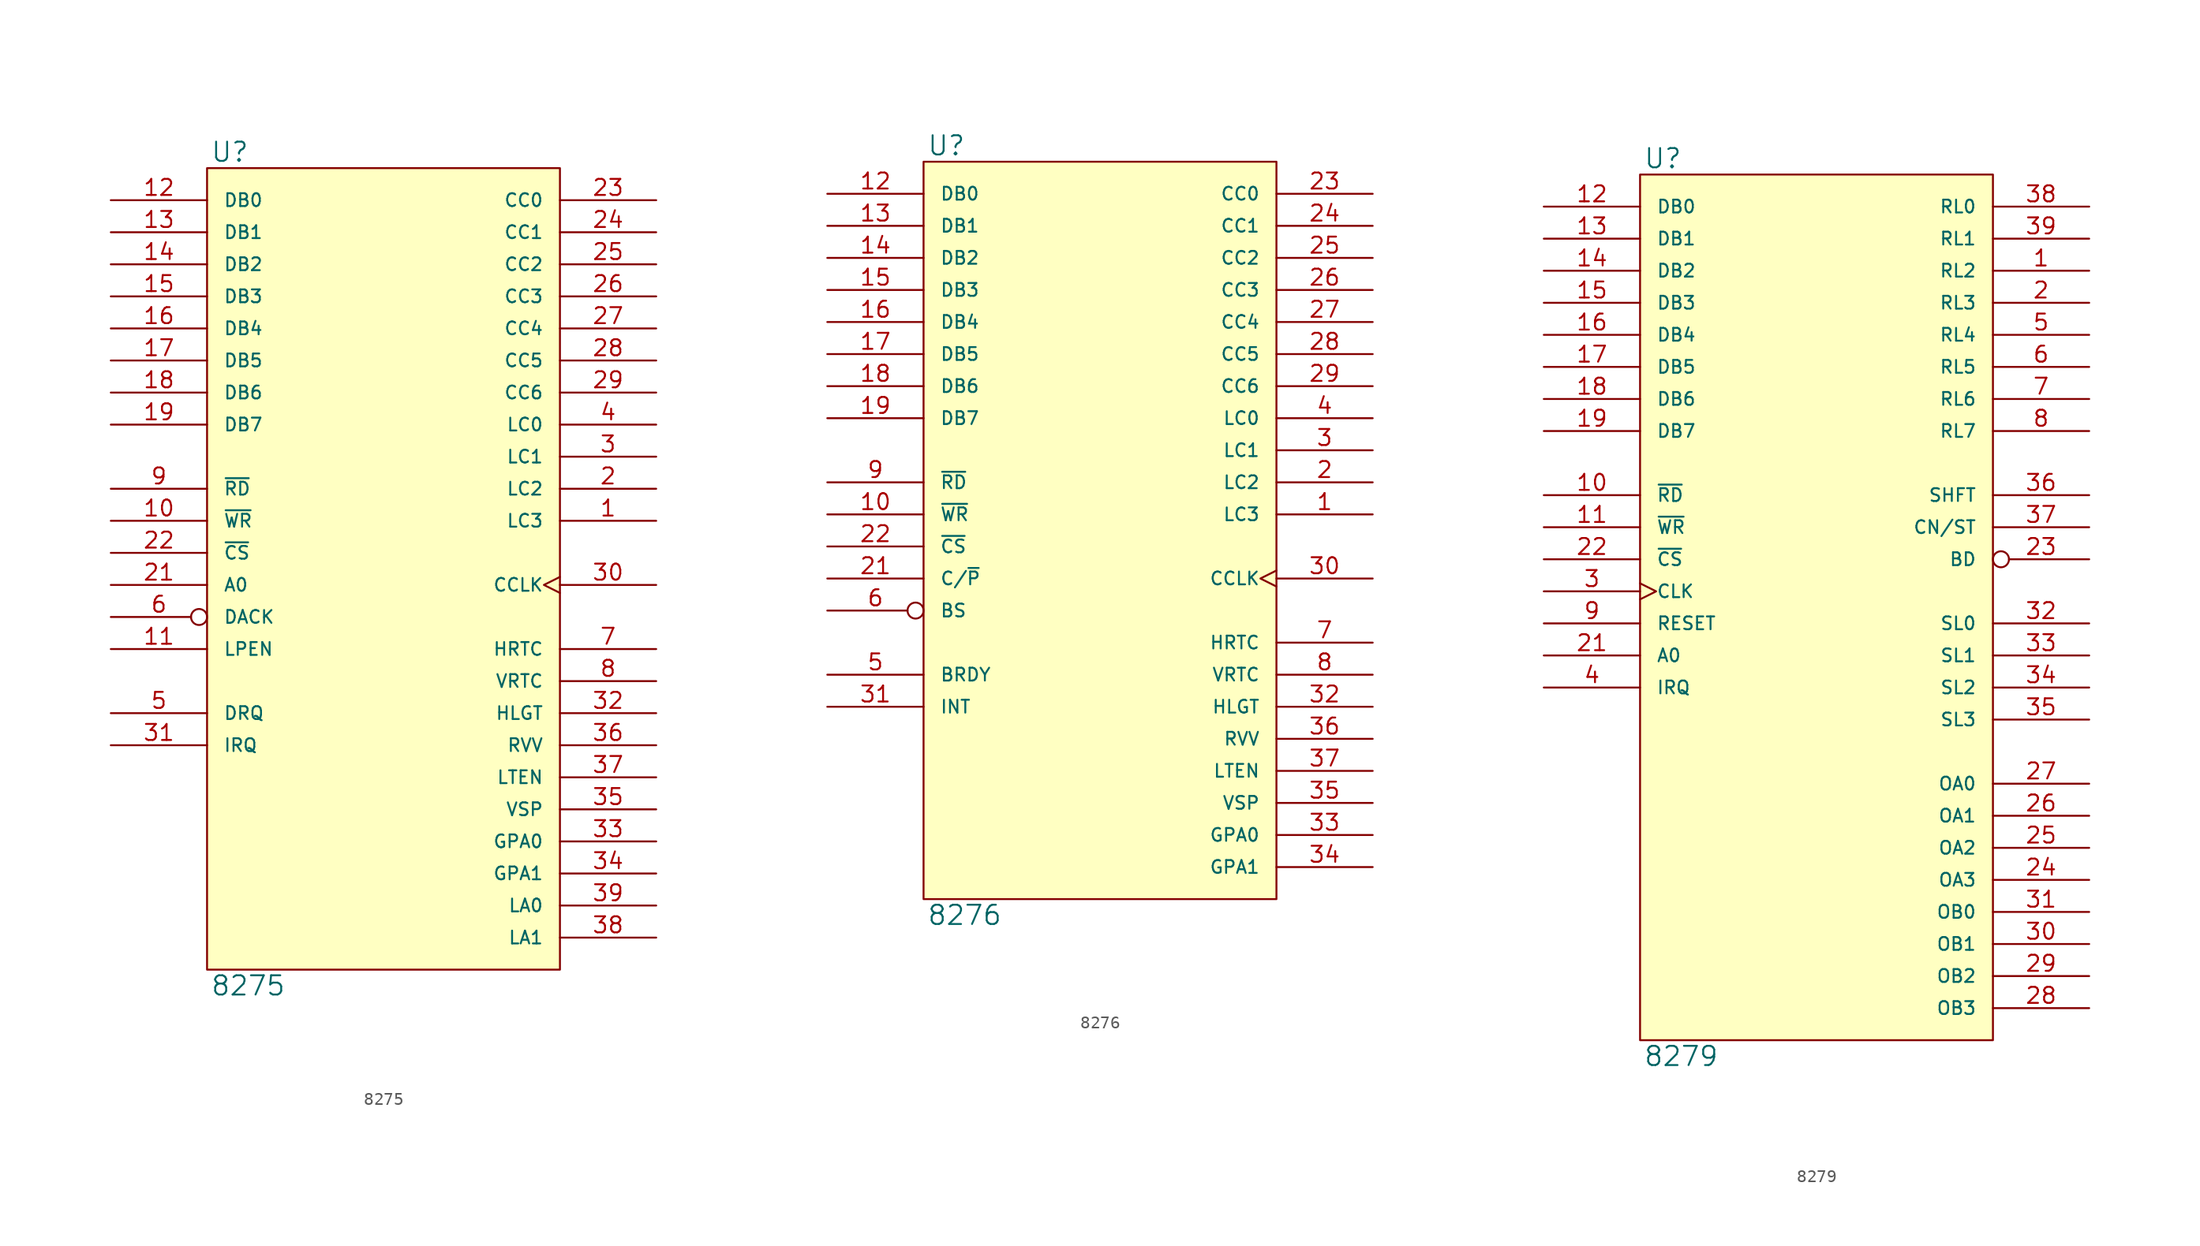
<source format=kicad_sym>
(kicad_symbol_lib
  (version 20231120)
  (generator "kicad_symbol_editor")
  (generator_version "8.0")
  (symbol "8275"
    (pin_names
      (offset 1.27))
    (property "Reference" "U"
      (at 0.254 0.381 0)
      (effects (font (size 1.524 1.524)) (justify left bottom)))
    (property "Value" "8275"
      (at 0.254 -63.881 0)
      (effects (font (size 1.524 1.524)) (justify left top)))
    (symbol "8275_0_1"
      (rectangle (start 0 0) (end 27.94 -63.5) (stroke (width 0) (type solid)) (fill (type background))))
    (symbol "8275_1_1"
      (pin output line (at 35.56 -27.94 180) (length 7.62) (name "LC3" (effects (font (size 1.016 1.016)))) (number "1" (effects (font (size 1.27 1.27)))))
      (pin input line (at -7.62 -27.94 0) (length 7.62) (name "~{WR}" (effects (font (size 1.016 1.016)))) (number "10" (effects (font (size 1.27 1.27)))))
      (pin input line (at -7.62 -38.1 0) (length 7.62) (name "LPEN" (effects (font (size 1.016 1.016)))) (number "11" (effects (font (size 1.27 1.27)))))
      (pin bidirectional line (at -7.62 -2.54 0) (length 7.62) (name "DB0" (effects (font (size 1.016 1.016)))) (number "12" (effects (font (size 1.27 1.27)))))
      (pin bidirectional line (at -7.62 -5.08 0) (length 7.62) (name "DB1" (effects (font (size 1.016 1.016)))) (number "13" (effects (font (size 1.27 1.27)))))
      (pin bidirectional line (at -7.62 -7.62 0) (length 7.62) (name "DB2" (effects (font (size 1.016 1.016)))) (number "14" (effects (font (size 1.27 1.27)))))
      (pin bidirectional line (at -7.62 -10.16 0) (length 7.62) (name "DB3" (effects (font (size 1.016 1.016)))) (number "15" (effects (font (size 1.27 1.27)))))
      (pin bidirectional line (at -7.62 -12.7 0) (length 7.62) (name "DB4" (effects (font (size 1.016 1.016)))) (number "16" (effects (font (size 1.27 1.27)))))
      (pin bidirectional line (at -7.62 -15.24 0) (length 7.62) (name "DB5" (effects (font (size 1.016 1.016)))) (number "17" (effects (font (size 1.27 1.27)))))
      (pin bidirectional line (at -7.62 -17.78 0) (length 7.62) (name "DB6" (effects (font (size 1.016 1.016)))) (number "18" (effects (font (size 1.27 1.27)))))
      (pin bidirectional line (at -7.62 -20.32 0) (length 7.62) (name "DB7" (effects (font (size 1.016 1.016)))) (number "19" (effects (font (size 1.27 1.27)))))
      (pin output line (at 35.56 -25.4 180) (length 7.62) (name "LC2" (effects (font (size 1.016 1.016)))) (number "2" (effects (font (size 1.27 1.27)))))
      (pin power_in line (at 0 -63.5 90) (length 0) hide (name "GND" (effects (font (size 1.016 1.016)))) (number "20" (effects (font (size 1.27 1.27)))))
      (pin input line (at -7.62 -33.02 0) (length 7.62) (name "A0" (effects (font (size 1.016 1.016)))) (number "21" (effects (font (size 1.27 1.27)))))
      (pin input line (at -7.62 -30.48 0) (length 7.62) (name "~{CS}" (effects (font (size 1.016 1.016)))) (number "22" (effects (font (size 1.27 1.27)))))
      (pin output line (at 35.56 -2.54 180) (length 7.62) (name "CC0" (effects (font (size 1.016 1.016)))) (number "23" (effects (font (size 1.27 1.27)))))
      (pin output line (at 35.56 -5.08 180) (length 7.62) (name "CC1" (effects (font (size 1.016 1.016)))) (number "24" (effects (font (size 1.27 1.27)))))
      (pin output line (at 35.56 -7.62 180) (length 7.62) (name "CC2" (effects (font (size 1.016 1.016)))) (number "25" (effects (font (size 1.27 1.27)))))
      (pin output line (at 35.56 -10.16 180) (length 7.62) (name "CC3" (effects (font (size 1.016 1.016)))) (number "26" (effects (font (size 1.27 1.27)))))
      (pin output line (at 35.56 -12.7 180) (length 7.62) (name "CC4" (effects (font (size 1.016 1.016)))) (number "27" (effects (font (size 1.27 1.27)))))
      (pin output line (at 35.56 -15.24 180) (length 7.62) (name "CC5" (effects (font (size 1.016 1.016)))) (number "28" (effects (font (size 1.27 1.27)))))
      (pin output line (at 35.56 -17.78 180) (length 7.62) (name "CC6" (effects (font (size 1.016 1.016)))) (number "29" (effects (font (size 1.27 1.27)))))
      (pin output line (at 35.56 -22.86 180) (length 7.62) (name "LC1" (effects (font (size 1.016 1.016)))) (number "3" (effects (font (size 1.27 1.27)))))
      (pin input clock (at 35.56 -33.02 180) (length 7.62) (name "CCLK" (effects (font (size 1.016 1.016)))) (number "30" (effects (font (size 1.27 1.27)))))
      (pin output line (at -7.62 -45.72 0) (length 7.62) (name "IRQ" (effects (font (size 1.016 1.016)))) (number "31" (effects (font (size 1.27 1.27)))))
      (pin output line (at 35.56 -43.18 180) (length 7.62) (name "HLGT" (effects (font (size 1.016 1.016)))) (number "32" (effects (font (size 1.27 1.27)))))
      (pin output line (at 35.56 -53.34 180) (length 7.62) (name "GPA0" (effects (font (size 1.016 1.016)))) (number "33" (effects (font (size 1.27 1.27)))))
      (pin output line (at 35.56 -55.88 180) (length 7.62) (name "GPA1" (effects (font (size 1.016 1.016)))) (number "34" (effects (font (size 1.27 1.27)))))
      (pin output line (at 35.56 -50.8 180) (length 7.62) (name "VSP" (effects (font (size 1.016 1.016)))) (number "35" (effects (font (size 1.27 1.27)))))
      (pin output line (at 35.56 -45.72 180) (length 7.62) (name "RVV" (effects (font (size 1.016 1.016)))) (number "36" (effects (font (size 1.27 1.27)))))
      (pin output line (at 35.56 -48.26 180) (length 7.62) (name "LTEN" (effects (font (size 1.016 1.016)))) (number "37" (effects (font (size 1.27 1.27)))))
      (pin output line (at 35.56 -60.96 180) (length 7.62) (name "LA1" (effects (font (size 1.016 1.016)))) (number "38" (effects (font (size 1.27 1.27)))))
      (pin output line (at 35.56 -58.42 180) (length 7.62) (name "LA0" (effects (font (size 1.016 1.016)))) (number "39" (effects (font (size 1.27 1.27)))))
      (pin output line (at 35.56 -20.32 180) (length 7.62) (name "LC0" (effects (font (size 1.016 1.016)))) (number "4" (effects (font (size 1.27 1.27)))))
      (pin power_in line (at 0 0 270) (length 0) hide (name "VCC" (effects (font (size 1.016 1.016)))) (number "40" (effects (font (size 1.27 1.27)))))
      (pin output line (at -7.62 -43.18 0) (length 7.62) (name "DRQ" (effects (font (size 1.016 1.016)))) (number "5" (effects (font (size 1.27 1.27)))))
      (pin input inverted (at -7.62 -35.56 0) (length 7.62) (name "DACK" (effects (font (size 1.016 1.016)))) (number "6" (effects (font (size 1.27 1.27)))))
      (pin output line (at 35.56 -38.1 180) (length 7.62) (name "HRTC" (effects (font (size 1.016 1.016)))) (number "7" (effects (font (size 1.27 1.27)))))
      (pin output line (at 35.56 -40.64 180) (length 7.62) (name "VRTC" (effects (font (size 1.016 1.016)))) (number "8" (effects (font (size 1.27 1.27)))))
      (pin input line (at -7.62 -25.4 0) (length 7.62) (name "~{RD}" (effects (font (size 1.016 1.016)))) (number "9" (effects (font (size 1.27 1.27)))))))
  (symbol "8276"
    (pin_names
      (offset 1.27))
    (property "Reference" "U"
      (at 0.254 0.381 0)
      (effects (font (size 1.524 1.524)) (justify left bottom)))
    (property "Value" "8276"
      (at 0.254 -58.801 0)
      (effects (font (size 1.524 1.524)) (justify left top)))
    (symbol "8276_0_1"
      (rectangle (start 0 0) (end 27.94 -58.42) (stroke (width 0) (type solid)) (fill (type background))))
    (symbol "8276_1_1"
      (pin output line (at 35.56 -27.94 180) (length 7.62) (name "LC3" (effects (font (size 1.016 1.016)))) (number "1" (effects (font (size 1.27 1.27)))))
      (pin input line (at -7.62 -27.94 0) (length 7.62) (name "~{WR}" (effects (font (size 1.016 1.016)))) (number "10" (effects (font (size 1.27 1.27)))))
      (pin bidirectional line (at -7.62 -2.54 0) (length 7.62) (name "DB0" (effects (font (size 1.016 1.016)))) (number "12" (effects (font (size 1.27 1.27)))))
      (pin bidirectional line (at -7.62 -5.08 0) (length 7.62) (name "DB1" (effects (font (size 1.016 1.016)))) (number "13" (effects (font (size 1.27 1.27)))))
      (pin bidirectional line (at -7.62 -7.62 0) (length 7.62) (name "DB2" (effects (font (size 1.016 1.016)))) (number "14" (effects (font (size 1.27 1.27)))))
      (pin bidirectional line (at -7.62 -10.16 0) (length 7.62) (name "DB3" (effects (font (size 1.016 1.016)))) (number "15" (effects (font (size 1.27 1.27)))))
      (pin bidirectional line (at -7.62 -12.7 0) (length 7.62) (name "DB4" (effects (font (size 1.016 1.016)))) (number "16" (effects (font (size 1.27 1.27)))))
      (pin bidirectional line (at -7.62 -15.24 0) (length 7.62) (name "DB5" (effects (font (size 1.016 1.016)))) (number "17" (effects (font (size 1.27 1.27)))))
      (pin bidirectional line (at -7.62 -17.78 0) (length 7.62) (name "DB6" (effects (font (size 1.016 1.016)))) (number "18" (effects (font (size 1.27 1.27)))))
      (pin bidirectional line (at -7.62 -20.32 0) (length 7.62) (name "DB7" (effects (font (size 1.016 1.016)))) (number "19" (effects (font (size 1.27 1.27)))))
      (pin output line (at 35.56 -25.4 180) (length 7.62) (name "LC2" (effects (font (size 1.016 1.016)))) (number "2" (effects (font (size 1.27 1.27)))))
      (pin power_in line (at 0 -58.42 90) (length 0) hide (name "GND" (effects (font (size 1.016 1.016)))) (number "20" (effects (font (size 1.27 1.27)))))
      (pin input line (at -7.62 -33.02 0) (length 7.62) (name "C/~{P}" (effects (font (size 1.016 1.016)))) (number "21" (effects (font (size 1.27 1.27)))))
      (pin input line (at -7.62 -30.48 0) (length 7.62) (name "~{CS}" (effects (font (size 1.016 1.016)))) (number "22" (effects (font (size 1.27 1.27)))))
      (pin output line (at 35.56 -2.54 180) (length 7.62) (name "CC0" (effects (font (size 1.016 1.016)))) (number "23" (effects (font (size 1.27 1.27)))))
      (pin output line (at 35.56 -5.08 180) (length 7.62) (name "CC1" (effects (font (size 1.016 1.016)))) (number "24" (effects (font (size 1.27 1.27)))))
      (pin output line (at 35.56 -7.62 180) (length 7.62) (name "CC2" (effects (font (size 1.016 1.016)))) (number "25" (effects (font (size 1.27 1.27)))))
      (pin output line (at 35.56 -10.16 180) (length 7.62) (name "CC3" (effects (font (size 1.016 1.016)))) (number "26" (effects (font (size 1.27 1.27)))))
      (pin output line (at 35.56 -12.7 180) (length 7.62) (name "CC4" (effects (font (size 1.016 1.016)))) (number "27" (effects (font (size 1.27 1.27)))))
      (pin output line (at 35.56 -15.24 180) (length 7.62) (name "CC5" (effects (font (size 1.016 1.016)))) (number "28" (effects (font (size 1.27 1.27)))))
      (pin output line (at 35.56 -17.78 180) (length 7.62) (name "CC6" (effects (font (size 1.016 1.016)))) (number "29" (effects (font (size 1.27 1.27)))))
      (pin output line (at 35.56 -22.86 180) (length 7.62) (name "LC1" (effects (font (size 1.016 1.016)))) (number "3" (effects (font (size 1.27 1.27)))))
      (pin input clock (at 35.56 -33.02 180) (length 7.62) (name "CCLK" (effects (font (size 1.016 1.016)))) (number "30" (effects (font (size 1.27 1.27)))))
      (pin output line (at -7.62 -43.18 0) (length 7.62) (name "INT" (effects (font (size 1.016 1.016)))) (number "31" (effects (font (size 1.27 1.27)))))
      (pin output line (at 35.56 -43.18 180) (length 7.62) (name "HLGT" (effects (font (size 1.016 1.016)))) (number "32" (effects (font (size 1.27 1.27)))))
      (pin output line (at 35.56 -53.34 180) (length 7.62) (name "GPA0" (effects (font (size 1.016 1.016)))) (number "33" (effects (font (size 1.27 1.27)))))
      (pin output line (at 35.56 -55.88 180) (length 7.62) (name "GPA1" (effects (font (size 1.016 1.016)))) (number "34" (effects (font (size 1.27 1.27)))))
      (pin output line (at 35.56 -50.8 180) (length 7.62) (name "VSP" (effects (font (size 1.016 1.016)))) (number "35" (effects (font (size 1.27 1.27)))))
      (pin output line (at 35.56 -45.72 180) (length 7.62) (name "RVV" (effects (font (size 1.016 1.016)))) (number "36" (effects (font (size 1.27 1.27)))))
      (pin output line (at 35.56 -48.26 180) (length 7.62) (name "LTEN" (effects (font (size 1.016 1.016)))) (number "37" (effects (font (size 1.27 1.27)))))
      (pin output line (at 35.56 -20.32 180) (length 7.62) (name "LC0" (effects (font (size 1.016 1.016)))) (number "4" (effects (font (size 1.27 1.27)))))
      (pin power_in line (at 0 0 270) (length 0) hide (name "VCC" (effects (font (size 1.016 1.016)))) (number "40" (effects (font (size 1.27 1.27)))))
      (pin output line (at -7.62 -40.64 0) (length 7.62) (name "BRDY" (effects (font (size 1.016 1.016)))) (number "5" (effects (font (size 1.27 1.27)))))
      (pin input inverted (at -7.62 -35.56 0) (length 7.62) (name "BS" (effects (font (size 1.016 1.016)))) (number "6" (effects (font (size 1.27 1.27)))))
      (pin output line (at 35.56 -38.1 180) (length 7.62) (name "HRTC" (effects (font (size 1.016 1.016)))) (number "7" (effects (font (size 1.27 1.27)))))
      (pin output line (at 35.56 -40.64 180) (length 7.62) (name "VRTC" (effects (font (size 1.016 1.016)))) (number "8" (effects (font (size 1.27 1.27)))))
      (pin input line (at -7.62 -25.4 0) (length 7.62) (name "~{RD}" (effects (font (size 1.016 1.016)))) (number "9" (effects (font (size 1.27 1.27)))))))
  (symbol "8279"
    (pin_names
      (offset 1.27))
    (property "Reference" "U"
      (at 0.254 0.381 0)
      (effects (font (size 1.524 1.524)) (justify left bottom)))
    (property "Value" "8279"
      (at 0.254 -68.961 0)
      (effects (font (size 1.524 1.524)) (justify left top)))
    (symbol "8279_0_1"
      (rectangle (start 0 0) (end 27.94 -68.58) (stroke (width 0) (type solid)) (fill (type background))))
    (symbol "8279_1_1"
      (pin input line (at 35.56 -7.62 180) (length 7.62) (name "RL2" (effects (font (size 1.016 1.016)))) (number "1" (effects (font (size 1.27 1.27)))))
      (pin input line (at -7.62 -25.4 0) (length 7.62) (name "~{RD}" (effects (font (size 1.016 1.016)))) (number "10" (effects (font (size 1.27 1.27)))))
      (pin input line (at -7.62 -27.94 0) (length 7.62) (name "~{WR}" (effects (font (size 1.016 1.016)))) (number "11" (effects (font (size 1.27 1.27)))))
      (pin bidirectional line (at -7.62 -2.54 0) (length 7.62) (name "DB0" (effects (font (size 1.016 1.016)))) (number "12" (effects (font (size 1.27 1.27)))))
      (pin bidirectional line (at -7.62 -5.08 0) (length 7.62) (name "DB1" (effects (font (size 1.016 1.016)))) (number "13" (effects (font (size 1.27 1.27)))))
      (pin bidirectional line (at -7.62 -7.62 0) (length 7.62) (name "DB2" (effects (font (size 1.016 1.016)))) (number "14" (effects (font (size 1.27 1.27)))))
      (pin bidirectional line (at -7.62 -10.16 0) (length 7.62) (name "DB3" (effects (font (size 1.016 1.016)))) (number "15" (effects (font (size 1.27 1.27)))))
      (pin bidirectional line (at -7.62 -12.7 0) (length 7.62) (name "DB4" (effects (font (size 1.016 1.016)))) (number "16" (effects (font (size 1.27 1.27)))))
      (pin bidirectional line (at -7.62 -15.24 0) (length 7.62) (name "DB5" (effects (font (size 1.016 1.016)))) (number "17" (effects (font (size 1.27 1.27)))))
      (pin bidirectional line (at -7.62 -17.78 0) (length 7.62) (name "DB6" (effects (font (size 1.016 1.016)))) (number "18" (effects (font (size 1.27 1.27)))))
      (pin bidirectional line (at -7.62 -20.32 0) (length 7.62) (name "DB7" (effects (font (size 1.016 1.016)))) (number "19" (effects (font (size 1.27 1.27)))))
      (pin input line (at 35.56 -10.16 180) (length 7.62) (name "RL3" (effects (font (size 1.016 1.016)))) (number "2" (effects (font (size 1.27 1.27)))))
      (pin power_in line (at 0 -68.58 90) (length 0) hide (name "VSS" (effects (font (size 1.016 1.016)))) (number "20" (effects (font (size 1.27 1.27)))))
      (pin input line (at -7.62 -38.1 0) (length 7.62) (name "A0" (effects (font (size 1.016 1.016)))) (number "21" (effects (font (size 1.27 1.27)))))
      (pin input line (at -7.62 -30.48 0) (length 7.62) (name "~{CS}" (effects (font (size 1.016 1.016)))) (number "22" (effects (font (size 1.27 1.27)))))
      (pin output inverted (at 35.56 -30.48 180) (length 7.62) (name "BD" (effects (font (size 1.016 1.016)))) (number "23" (effects (font (size 1.27 1.27)))))
      (pin output line (at 35.56 -55.88 180) (length 7.62) (name "OA3" (effects (font (size 1.016 1.016)))) (number "24" (effects (font (size 1.27 1.27)))))
      (pin output line (at 35.56 -53.34 180) (length 7.62) (name "OA2" (effects (font (size 1.016 1.016)))) (number "25" (effects (font (size 1.27 1.27)))))
      (pin output line (at 35.56 -50.8 180) (length 7.62) (name "OA1" (effects (font (size 1.016 1.016)))) (number "26" (effects (font (size 1.27 1.27)))))
      (pin output line (at 35.56 -48.26 180) (length 7.62) (name "OA0" (effects (font (size 1.016 1.016)))) (number "27" (effects (font (size 1.27 1.27)))))
      (pin output line (at 35.56 -66.04 180) (length 7.62) (name "OB3" (effects (font (size 1.016 1.016)))) (number "28" (effects (font (size 1.27 1.27)))))
      (pin output line (at 35.56 -63.5 180) (length 7.62) (name "OB2" (effects (font (size 1.016 1.016)))) (number "29" (effects (font (size 1.27 1.27)))))
      (pin input clock (at -7.62 -33.02 0) (length 7.62) (name "CLK" (effects (font (size 1.016 1.016)))) (number "3" (effects (font (size 1.27 1.27)))))
      (pin output line (at 35.56 -60.96 180) (length 7.62) (name "OB1" (effects (font (size 1.016 1.016)))) (number "30" (effects (font (size 1.27 1.27)))))
      (pin output line (at 35.56 -58.42 180) (length 7.62) (name "OB0" (effects (font (size 1.016 1.016)))) (number "31" (effects (font (size 1.27 1.27)))))
      (pin output line (at 35.56 -35.56 180) (length 7.62) (name "SL0" (effects (font (size 1.016 1.016)))) (number "32" (effects (font (size 1.27 1.27)))))
      (pin output line (at 35.56 -38.1 180) (length 7.62) (name "SL1" (effects (font (size 1.016 1.016)))) (number "33" (effects (font (size 1.27 1.27)))))
      (pin output line (at 35.56 -40.64 180) (length 7.62) (name "SL2" (effects (font (size 1.016 1.016)))) (number "34" (effects (font (size 1.27 1.27)))))
      (pin output line (at 35.56 -43.18 180) (length 7.62) (name "SL3" (effects (font (size 1.016 1.016)))) (number "35" (effects (font (size 1.27 1.27)))))
      (pin input line (at 35.56 -25.4 180) (length 7.62) (name "SHFT" (effects (font (size 1.016 1.016)))) (number "36" (effects (font (size 1.27 1.27)))))
      (pin input line (at 35.56 -27.94 180) (length 7.62) (name "CN/ST" (effects (font (size 1.016 1.016)))) (number "37" (effects (font (size 1.27 1.27)))))
      (pin input line (at 35.56 -2.54 180) (length 7.62) (name "RL0" (effects (font (size 1.016 1.016)))) (number "38" (effects (font (size 1.27 1.27)))))
      (pin input line (at 35.56 -5.08 180) (length 7.62) (name "RL1" (effects (font (size 1.016 1.016)))) (number "39" (effects (font (size 1.27 1.27)))))
      (pin output line (at -7.62 -40.64 0) (length 7.62) (name "IRQ" (effects (font (size 1.016 1.016)))) (number "4" (effects (font (size 1.27 1.27)))))
      (pin power_in line (at 0 0 270) (length 0) hide (name "VCC" (effects (font (size 1.016 1.016)))) (number "40" (effects (font (size 1.27 1.27)))))
      (pin input line (at 35.56 -12.7 180) (length 7.62) (name "RL4" (effects (font (size 1.016 1.016)))) (number "5" (effects (font (size 1.27 1.27)))))
      (pin input line (at 35.56 -15.24 180) (length 7.62) (name "RL5" (effects (font (size 1.016 1.016)))) (number "6" (effects (font (size 1.27 1.27)))))
      (pin input line (at 35.56 -17.78 180) (length 7.62) (name "RL6" (effects (font (size 1.016 1.016)))) (number "7" (effects (font (size 1.27 1.27)))))
      (pin input line (at 35.56 -20.32 180) (length 7.62) (name "RL7" (effects (font (size 1.016 1.016)))) (number "8" (effects (font (size 1.27 1.27)))))
      (pin input line (at -7.62 -35.56 0) (length 7.62) (name "RESET" (effects (font (size 1.016 1.016)))) (number "9" (effects (font (size 1.27 1.27))))))))
</source>
